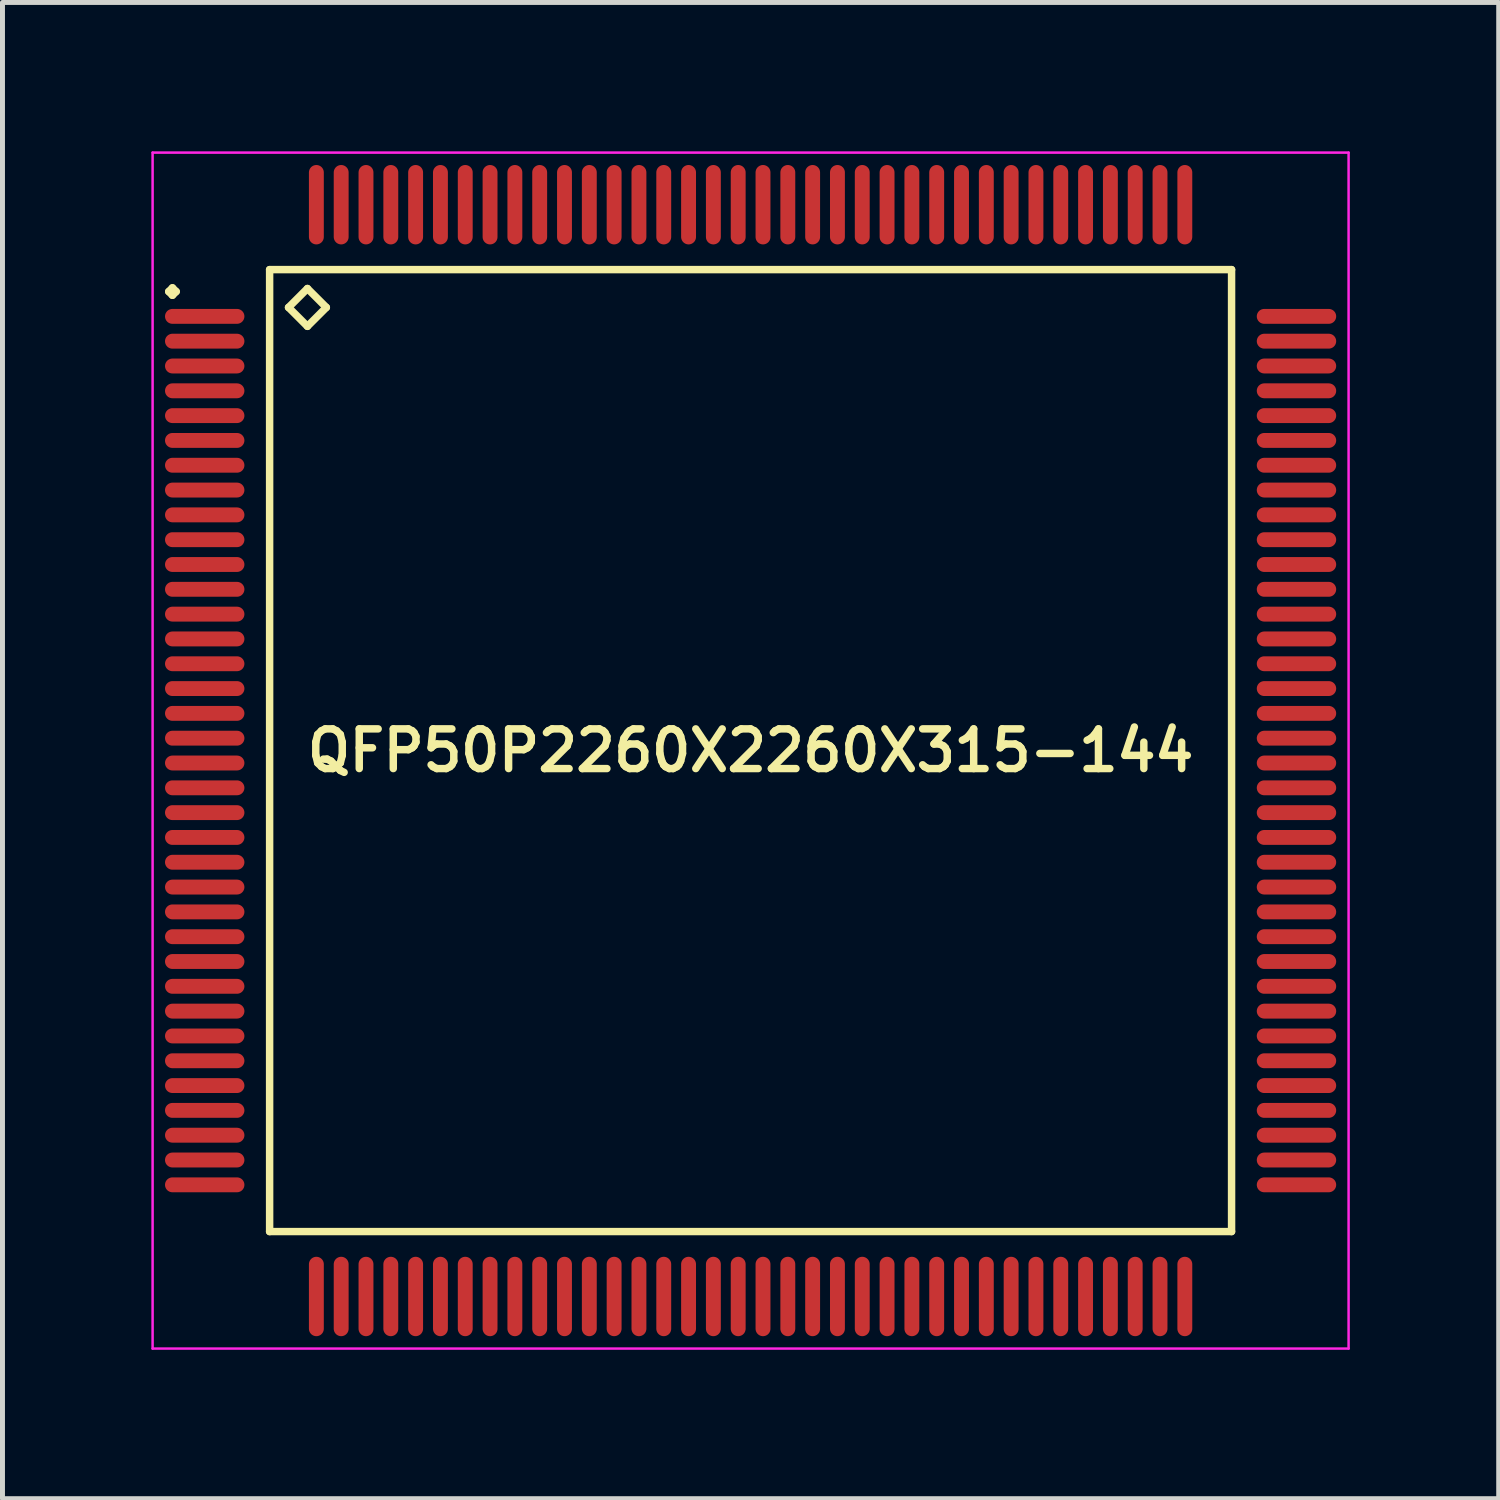
<source format=kicad_pcb>
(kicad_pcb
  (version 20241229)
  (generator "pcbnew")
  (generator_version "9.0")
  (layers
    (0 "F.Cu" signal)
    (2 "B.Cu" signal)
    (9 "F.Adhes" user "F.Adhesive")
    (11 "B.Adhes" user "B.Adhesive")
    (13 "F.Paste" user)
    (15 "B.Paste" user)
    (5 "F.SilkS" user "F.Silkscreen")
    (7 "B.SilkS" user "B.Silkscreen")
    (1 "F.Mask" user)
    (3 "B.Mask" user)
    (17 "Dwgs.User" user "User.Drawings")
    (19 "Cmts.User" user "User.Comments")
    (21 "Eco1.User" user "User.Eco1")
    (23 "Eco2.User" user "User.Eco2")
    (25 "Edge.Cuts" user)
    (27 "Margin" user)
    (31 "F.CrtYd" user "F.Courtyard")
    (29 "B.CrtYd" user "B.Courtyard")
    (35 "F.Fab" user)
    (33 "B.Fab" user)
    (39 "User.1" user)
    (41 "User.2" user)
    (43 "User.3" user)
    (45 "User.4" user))
  (footprint "QFP50P2260X2260X315-144"
    (layer "F.Cu")
    (at 12.075 12.075)
    (property "Reference" "QFP50P2260X2260X315-144" (at 0 0 0) (layer "F.SilkS") (effects (font (size 0.8 0.8) (thickness 0.15))))
    (attr smd)
    (fp_line (start -11.725 -9.25) (end -11.65 -9.325) (stroke (width 0.15) (type solid)) (layer "F.SilkS"))
    (fp_line (start -11.65 -9.325) (end -11.575 -9.25) (stroke (width 0.15) (type solid)) (layer "F.SilkS"))
    (fp_line (start -11.65 -9.175) (end -11.725 -9.25) (stroke (width 0.15) (type solid)) (layer "F.SilkS"))
    (fp_line (start -11.575 -9.25) (end -11.65 -9.175) (stroke (width 0.15) (type solid)) (layer "F.SilkS"))
    (fp_line (start -9.692 -9.692) (end -9.692 9.692) (stroke (width 0.15) (type solid)) (layer "F.SilkS"))
    (fp_line (start -9.692 9.692) (end 9.692 9.692) (stroke (width 0.15) (type solid)) (layer "F.SilkS"))
    (fp_line (start -9.311 -8.93) (end -8.93 -9.311) (stroke (width 0.15) (type solid)) (layer "F.SilkS"))
    (fp_line (start -8.93 -9.311) (end -8.549 -8.93) (stroke (width 0.15) (type solid)) (layer "F.SilkS"))
    (fp_line (start -8.93 -8.549) (end -9.311 -8.93) (stroke (width 0.15) (type solid)) (layer "F.SilkS"))
    (fp_line (start -8.549 -8.93) (end -8.93 -8.549) (stroke (width 0.15) (type solid)) (layer "F.SilkS"))
    (fp_line (start 9.692 -9.692) (end -9.692 -9.692) (stroke (width 0.15) (type solid)) (layer "F.SilkS"))
    (fp_line (start 9.692 9.692) (end 9.692 -9.692) (stroke (width 0.15) (type solid)) (layer "F.SilkS"))
    (fp_line (start -12.05 -12.05) (end 12.05 -12.05) (stroke (width 0.05) (type solid)) (layer "F.CrtYd"))
    (fp_line (start -12.05 12.05) (end -12.05 -12.05) (stroke (width 0.05) (type solid)) (layer "F.CrtYd"))
    (fp_line (start 12.05 -12.05) (end 12.05 12.05) (stroke (width 0.05) (type solid)) (layer "F.CrtYd"))
    (fp_line (start 12.05 12.05) (end -12.05 12.05) (stroke (width 0.05) (type solid)) (layer "F.CrtYd"))
    (pad "1" smd oval (at -11 -8.75) (size 1.6 0.3) (layers "F.Cu" "F.Mask" "F.Paste"))
    (pad "2" smd oval (at -11 -8.25) (size 1.6 0.3) (layers "F.Cu" "F.Mask" "F.Paste"))
    (pad "3" smd oval (at -11 -7.75) (size 1.6 0.3) (layers "F.Cu" "F.Mask" "F.Paste"))
    (pad "4" smd oval (at -11 -7.25) (size 1.6 0.3) (layers "F.Cu" "F.Mask" "F.Paste"))
    (pad "5" smd oval (at -11 -6.75) (size 1.6 0.3) (layers "F.Cu" "F.Mask" "F.Paste"))
    (pad "6" smd oval (at -11 -6.25) (size 1.6 0.3) (layers "F.Cu" "F.Mask" "F.Paste"))
    (pad "7" smd oval (at -11 -5.75) (size 1.6 0.3) (layers "F.Cu" "F.Mask" "F.Paste"))
    (pad "8" smd oval (at -11 -5.25) (size 1.6 0.3) (layers "F.Cu" "F.Mask" "F.Paste"))
    (pad "9" smd oval (at -11 -4.75) (size 1.6 0.3) (layers "F.Cu" "F.Mask" "F.Paste"))
    (pad "10" smd oval (at -11 -4.25) (size 1.6 0.3) (layers "F.Cu" "F.Mask" "F.Paste"))
    (pad "11" smd oval (at -11 -3.75) (size 1.6 0.3) (layers "F.Cu" "F.Mask" "F.Paste"))
    (pad "12" smd oval (at -11 -3.25) (size 1.6 0.3) (layers "F.Cu" "F.Mask" "F.Paste"))
    (pad "13" smd oval (at -11 -2.75) (size 1.6 0.3) (layers "F.Cu" "F.Mask" "F.Paste"))
    (pad "14" smd oval (at -11 -2.25) (size 1.6 0.3) (layers "F.Cu" "F.Mask" "F.Paste"))
    (pad "15" smd oval (at -11 -1.75) (size 1.6 0.3) (layers "F.Cu" "F.Mask" "F.Paste"))
    (pad "16" smd oval (at -11 -1.25) (size 1.6 0.3) (layers "F.Cu" "F.Mask" "F.Paste"))
    (pad "17" smd oval (at -11 -0.75) (size 1.6 0.3) (layers "F.Cu" "F.Mask" "F.Paste"))
    (pad "18" smd oval (at -11 -0.25) (size 1.6 0.3) (layers "F.Cu" "F.Mask" "F.Paste"))
    (pad "19" smd oval (at -11 0.25) (size 1.6 0.3) (layers "F.Cu" "F.Mask" "F.Paste"))
    (pad "20" smd oval (at -11 0.75) (size 1.6 0.3) (layers "F.Cu" "F.Mask" "F.Paste"))
    (pad "21" smd oval (at -11 1.25) (size 1.6 0.3) (layers "F.Cu" "F.Mask" "F.Paste"))
    (pad "22" smd oval (at -11 1.75) (size 1.6 0.3) (layers "F.Cu" "F.Mask" "F.Paste"))
    (pad "23" smd oval (at -11 2.25) (size 1.6 0.3) (layers "F.Cu" "F.Mask" "F.Paste"))
    (pad "24" smd oval (at -11 2.75) (size 1.6 0.3) (layers "F.Cu" "F.Mask" "F.Paste"))
    (pad "25" smd oval (at -11 3.25) (size 1.6 0.3) (layers "F.Cu" "F.Mask" "F.Paste"))
    (pad "26" smd oval (at -11 3.75) (size 1.6 0.3) (layers "F.Cu" "F.Mask" "F.Paste"))
    (pad "27" smd oval (at -11 4.25) (size 1.6 0.3) (layers "F.Cu" "F.Mask" "F.Paste"))
    (pad "28" smd oval (at -11 4.75) (size 1.6 0.3) (layers "F.Cu" "F.Mask" "F.Paste"))
    (pad "29" smd oval (at -11 5.25) (size 1.6 0.3) (layers "F.Cu" "F.Mask" "F.Paste"))
    (pad "30" smd oval (at -11 5.75) (size 1.6 0.3) (layers "F.Cu" "F.Mask" "F.Paste"))
    (pad "31" smd oval (at -11 6.25) (size 1.6 0.3) (layers "F.Cu" "F.Mask" "F.Paste"))
    (pad "32" smd oval (at -11 6.75) (size 1.6 0.3) (layers "F.Cu" "F.Mask" "F.Paste"))
    (pad "33" smd oval (at -11 7.25) (size 1.6 0.3) (layers "F.Cu" "F.Mask" "F.Paste"))
    (pad "34" smd oval (at -11 7.75) (size 1.6 0.3) (layers "F.Cu" "F.Mask" "F.Paste"))
    (pad "35" smd oval (at -11 8.25) (size 1.6 0.3) (layers "F.Cu" "F.Mask" "F.Paste"))
    (pad "36" smd oval (at -11 8.75) (size 1.6 0.3) (layers "F.Cu" "F.Mask" "F.Paste"))
    (pad "37" smd oval (at -8.75 11) (size 0.3 1.6) (layers "F.Cu" "F.Mask" "F.Paste"))
    (pad "38" smd oval (at -8.25 11) (size 0.3 1.6) (layers "F.Cu" "F.Mask" "F.Paste"))
    (pad "39" smd oval (at -7.75 11) (size 0.3 1.6) (layers "F.Cu" "F.Mask" "F.Paste"))
    (pad "40" smd oval (at -7.25 11) (size 0.3 1.6) (layers "F.Cu" "F.Mask" "F.Paste"))
    (pad "41" smd oval (at -6.75 11) (size 0.3 1.6) (layers "F.Cu" "F.Mask" "F.Paste"))
    (pad "42" smd oval (at -6.25 11) (size 0.3 1.6) (layers "F.Cu" "F.Mask" "F.Paste"))
    (pad "43" smd oval (at -5.75 11) (size 0.3 1.6) (layers "F.Cu" "F.Mask" "F.Paste"))
    (pad "44" smd oval (at -5.25 11) (size 0.3 1.6) (layers "F.Cu" "F.Mask" "F.Paste"))
    (pad "45" smd oval (at -4.75 11) (size 0.3 1.6) (layers "F.Cu" "F.Mask" "F.Paste"))
    (pad "46" smd oval (at -4.25 11) (size 0.3 1.6) (layers "F.Cu" "F.Mask" "F.Paste"))
    (pad "47" smd oval (at -3.75 11) (size 0.3 1.6) (layers "F.Cu" "F.Mask" "F.Paste"))
    (pad "48" smd oval (at -3.25 11) (size 0.3 1.6) (layers "F.Cu" "F.Mask" "F.Paste"))
    (pad "49" smd oval (at -2.75 11) (size 0.3 1.6) (layers "F.Cu" "F.Mask" "F.Paste"))
    (pad "50" smd oval (at -2.25 11) (size 0.3 1.6) (layers "F.Cu" "F.Mask" "F.Paste"))
    (pad "51" smd oval (at -1.75 11) (size 0.3 1.6) (layers "F.Cu" "F.Mask" "F.Paste"))
    (pad "52" smd oval (at -1.25 11) (size 0.3 1.6) (layers "F.Cu" "F.Mask" "F.Paste"))
    (pad "53" smd oval (at -0.75 11) (size 0.3 1.6) (layers "F.Cu" "F.Mask" "F.Paste"))
    (pad "54" smd oval (at -0.25 11) (size 0.3 1.6) (layers "F.Cu" "F.Mask" "F.Paste"))
    (pad "55" smd oval (at 0.25 11) (size 0.3 1.6) (layers "F.Cu" "F.Mask" "F.Paste"))
    (pad "56" smd oval (at 0.75 11) (size 0.3 1.6) (layers "F.Cu" "F.Mask" "F.Paste"))
    (pad "57" smd oval (at 1.25 11) (size 0.3 1.6) (layers "F.Cu" "F.Mask" "F.Paste"))
    (pad "58" smd oval (at 1.75 11) (size 0.3 1.6) (layers "F.Cu" "F.Mask" "F.Paste"))
    (pad "59" smd oval (at 2.25 11) (size 0.3 1.6) (layers "F.Cu" "F.Mask" "F.Paste"))
    (pad "60" smd oval (at 2.75 11) (size 0.3 1.6) (layers "F.Cu" "F.Mask" "F.Paste"))
    (pad "61" smd oval (at 3.25 11) (size 0.3 1.6) (layers "F.Cu" "F.Mask" "F.Paste"))
    (pad "62" smd oval (at 3.75 11) (size 0.3 1.6) (layers "F.Cu" "F.Mask" "F.Paste"))
    (pad "63" smd oval (at 4.25 11) (size 0.3 1.6) (layers "F.Cu" "F.Mask" "F.Paste"))
    (pad "64" smd oval (at 4.75 11) (size 0.3 1.6) (layers "F.Cu" "F.Mask" "F.Paste"))
    (pad "65" smd oval (at 5.25 11) (size 0.3 1.6) (layers "F.Cu" "F.Mask" "F.Paste"))
    (pad "66" smd oval (at 5.75 11) (size 0.3 1.6) (layers "F.Cu" "F.Mask" "F.Paste"))
    (pad "67" smd oval (at 6.25 11) (size 0.3 1.6) (layers "F.Cu" "F.Mask" "F.Paste"))
    (pad "68" smd oval (at 6.75 11) (size 0.3 1.6) (layers "F.Cu" "F.Mask" "F.Paste"))
    (pad "69" smd oval (at 7.25 11) (size 0.3 1.6) (layers "F.Cu" "F.Mask" "F.Paste"))
    (pad "70" smd oval (at 7.75 11) (size 0.3 1.6) (layers "F.Cu" "F.Mask" "F.Paste"))
    (pad "71" smd oval (at 8.25 11) (size 0.3 1.6) (layers "F.Cu" "F.Mask" "F.Paste"))
    (pad "72" smd oval (at 8.75 11) (size 0.3 1.6) (layers "F.Cu" "F.Mask" "F.Paste"))
    (pad "73" smd oval (at 11 8.75) (size 1.6 0.3) (layers "F.Cu" "F.Mask" "F.Paste"))
    (pad "74" smd oval (at 11 8.25) (size 1.6 0.3) (layers "F.Cu" "F.Mask" "F.Paste"))
    (pad "75" smd oval (at 11 7.75) (size 1.6 0.3) (layers "F.Cu" "F.Mask" "F.Paste"))
    (pad "76" smd oval (at 11 7.25) (size 1.6 0.3) (layers "F.Cu" "F.Mask" "F.Paste"))
    (pad "77" smd oval (at 11 6.75) (size 1.6 0.3) (layers "F.Cu" "F.Mask" "F.Paste"))
    (pad "78" smd oval (at 11 6.25) (size 1.6 0.3) (layers "F.Cu" "F.Mask" "F.Paste"))
    (pad "79" smd oval (at 11 5.75) (size 1.6 0.3) (layers "F.Cu" "F.Mask" "F.Paste"))
    (pad "80" smd oval (at 11 5.25) (size 1.6 0.3) (layers "F.Cu" "F.Mask" "F.Paste"))
    (pad "81" smd oval (at 11 4.75) (size 1.6 0.3) (layers "F.Cu" "F.Mask" "F.Paste"))
    (pad "82" smd oval (at 11 4.25) (size 1.6 0.3) (layers "F.Cu" "F.Mask" "F.Paste"))
    (pad "83" smd oval (at 11 3.75) (size 1.6 0.3) (layers "F.Cu" "F.Mask" "F.Paste"))
    (pad "84" smd oval (at 11 3.25) (size 1.6 0.3) (layers "F.Cu" "F.Mask" "F.Paste"))
    (pad "85" smd oval (at 11 2.75) (size 1.6 0.3) (layers "F.Cu" "F.Mask" "F.Paste"))
    (pad "86" smd oval (at 11 2.25) (size 1.6 0.3) (layers "F.Cu" "F.Mask" "F.Paste"))
    (pad "87" smd oval (at 11 1.75) (size 1.6 0.3) (layers "F.Cu" "F.Mask" "F.Paste"))
    (pad "88" smd oval (at 11 1.25) (size 1.6 0.3) (layers "F.Cu" "F.Mask" "F.Paste"))
    (pad "89" smd oval (at 11 0.75) (size 1.6 0.3) (layers "F.Cu" "F.Mask" "F.Paste"))
    (pad "90" smd oval (at 11 0.25) (size 1.6 0.3) (layers "F.Cu" "F.Mask" "F.Paste"))
    (pad "91" smd oval (at 11 -0.25) (size 1.6 0.3) (layers "F.Cu" "F.Mask" "F.Paste"))
    (pad "92" smd oval (at 11 -0.75) (size 1.6 0.3) (layers "F.Cu" "F.Mask" "F.Paste"))
    (pad "93" smd oval (at 11 -1.25) (size 1.6 0.3) (layers "F.Cu" "F.Mask" "F.Paste"))
    (pad "94" smd oval (at 11 -1.75) (size 1.6 0.3) (layers "F.Cu" "F.Mask" "F.Paste"))
    (pad "95" smd oval (at 11 -2.25) (size 1.6 0.3) (layers "F.Cu" "F.Mask" "F.Paste"))
    (pad "96" smd oval (at 11 -2.75) (size 1.6 0.3) (layers "F.Cu" "F.Mask" "F.Paste"))
    (pad "97" smd oval (at 11 -3.25) (size 1.6 0.3) (layers "F.Cu" "F.Mask" "F.Paste"))
    (pad "98" smd oval (at 11 -3.75) (size 1.6 0.3) (layers "F.Cu" "F.Mask" "F.Paste"))
    (pad "99" smd oval (at 11 -4.25) (size 1.6 0.3) (layers "F.Cu" "F.Mask" "F.Paste"))
    (pad "100" smd oval (at 11 -4.75) (size 1.6 0.3) (layers "F.Cu" "F.Mask" "F.Paste"))
    (pad "101" smd oval (at 11 -5.25) (size 1.6 0.3) (layers "F.Cu" "F.Mask" "F.Paste"))
    (pad "102" smd oval (at 11 -5.75) (size 1.6 0.3) (layers "F.Cu" "F.Mask" "F.Paste"))
    (pad "103" smd oval (at 11 -6.25) (size 1.6 0.3) (layers "F.Cu" "F.Mask" "F.Paste"))
    (pad "104" smd oval (at 11 -6.75) (size 1.6 0.3) (layers "F.Cu" "F.Mask" "F.Paste"))
    (pad "105" smd oval (at 11 -7.25) (size 1.6 0.3) (layers "F.Cu" "F.Mask" "F.Paste"))
    (pad "106" smd oval (at 11 -7.75) (size 1.6 0.3) (layers "F.Cu" "F.Mask" "F.Paste"))
    (pad "107" smd oval (at 11 -8.25) (size 1.6 0.3) (layers "F.Cu" "F.Mask" "F.Paste"))
    (pad "108" smd oval (at 11 -8.75) (size 1.6 0.3) (layers "F.Cu" "F.Mask" "F.Paste"))
    (pad "109" smd oval (at 8.75 -11) (size 0.3 1.6) (layers "F.Cu" "F.Mask" "F.Paste"))
    (pad "110" smd oval (at 8.25 -11) (size 0.3 1.6) (layers "F.Cu" "F.Mask" "F.Paste"))
    (pad "111" smd oval (at 7.75 -11) (size 0.3 1.6) (layers "F.Cu" "F.Mask" "F.Paste"))
    (pad "112" smd oval (at 7.25 -11) (size 0.3 1.6) (layers "F.Cu" "F.Mask" "F.Paste"))
    (pad "113" smd oval (at 6.75 -11) (size 0.3 1.6) (layers "F.Cu" "F.Mask" "F.Paste"))
    (pad "114" smd oval (at 6.25 -11) (size 0.3 1.6) (layers "F.Cu" "F.Mask" "F.Paste"))
    (pad "115" smd oval (at 5.75 -11) (size 0.3 1.6) (layers "F.Cu" "F.Mask" "F.Paste"))
    (pad "116" smd oval (at 5.25 -11) (size 0.3 1.6) (layers "F.Cu" "F.Mask" "F.Paste"))
    (pad "117" smd oval (at 4.75 -11) (size 0.3 1.6) (layers "F.Cu" "F.Mask" "F.Paste"))
    (pad "118" smd oval (at 4.25 -11) (size 0.3 1.6) (layers "F.Cu" "F.Mask" "F.Paste"))
    (pad "119" smd oval (at 3.75 -11) (size 0.3 1.6) (layers "F.Cu" "F.Mask" "F.Paste"))
    (pad "120" smd oval (at 3.25 -11) (size 0.3 1.6) (layers "F.Cu" "F.Mask" "F.Paste"))
    (pad "121" smd oval (at 2.75 -11) (size 0.3 1.6) (layers "F.Cu" "F.Mask" "F.Paste"))
    (pad "122" smd oval (at 2.25 -11) (size 0.3 1.6) (layers "F.Cu" "F.Mask" "F.Paste"))
    (pad "123" smd oval (at 1.75 -11) (size 0.3 1.6) (layers "F.Cu" "F.Mask" "F.Paste"))
    (pad "124" smd oval (at 1.25 -11) (size 0.3 1.6) (layers "F.Cu" "F.Mask" "F.Paste"))
    (pad "125" smd oval (at 0.75 -11) (size 0.3 1.6) (layers "F.Cu" "F.Mask" "F.Paste"))
    (pad "126" smd oval (at 0.25 -11) (size 0.3 1.6) (layers "F.Cu" "F.Mask" "F.Paste"))
    (pad "127" smd oval (at -0.25 -11) (size 0.3 1.6) (layers "F.Cu" "F.Mask" "F.Paste"))
    (pad "128" smd oval (at -0.75 -11) (size 0.3 1.6) (layers "F.Cu" "F.Mask" "F.Paste"))
    (pad "129" smd oval (at -1.25 -11) (size 0.3 1.6) (layers "F.Cu" "F.Mask" "F.Paste"))
    (pad "130" smd oval (at -1.75 -11) (size 0.3 1.6) (layers "F.Cu" "F.Mask" "F.Paste"))
    (pad "131" smd oval (at -2.25 -11) (size 0.3 1.6) (layers "F.Cu" "F.Mask" "F.Paste"))
    (pad "132" smd oval (at -2.75 -11) (size 0.3 1.6) (layers "F.Cu" "F.Mask" "F.Paste"))
    (pad "133" smd oval (at -3.25 -11) (size 0.3 1.6) (layers "F.Cu" "F.Mask" "F.Paste"))
    (pad "134" smd oval (at -3.75 -11) (size 0.3 1.6) (layers "F.Cu" "F.Mask" "F.Paste"))
    (pad "135" smd oval (at -4.25 -11) (size 0.3 1.6) (layers "F.Cu" "F.Mask" "F.Paste"))
    (pad "136" smd oval (at -4.75 -11) (size 0.3 1.6) (layers "F.Cu" "F.Mask" "F.Paste"))
    (pad "137" smd oval (at -5.25 -11) (size 0.3 1.6) (layers "F.Cu" "F.Mask" "F.Paste"))
    (pad "138" smd oval (at -5.75 -11) (size 0.3 1.6) (layers "F.Cu" "F.Mask" "F.Paste"))
    (pad "139" smd oval (at -6.25 -11) (size 0.3 1.6) (layers "F.Cu" "F.Mask" "F.Paste"))
    (pad "140" smd oval (at -6.75 -11) (size 0.3 1.6) (layers "F.Cu" "F.Mask" "F.Paste"))
    (pad "141" smd oval (at -7.25 -11) (size 0.3 1.6) (layers "F.Cu" "F.Mask" "F.Paste"))
    (pad "142" smd oval (at -7.75 -11) (size 0.3 1.6) (layers "F.Cu" "F.Mask" "F.Paste"))
    (pad "143" smd oval (at -8.25 -11) (size 0.3 1.6) (layers "F.Cu" "F.Mask" "F.Paste"))
    (pad "144" smd oval (at -8.75 -11) (size 0.3 1.6) (layers "F.Cu" "F.Mask" "F.Paste")))
  (gr_rect
    (start -3 -3)
    (end 27.15 27.15)
    (stroke (width 0.1) (type default))
    (fill no)
    (layer "Edge.Cuts")))
</source>
